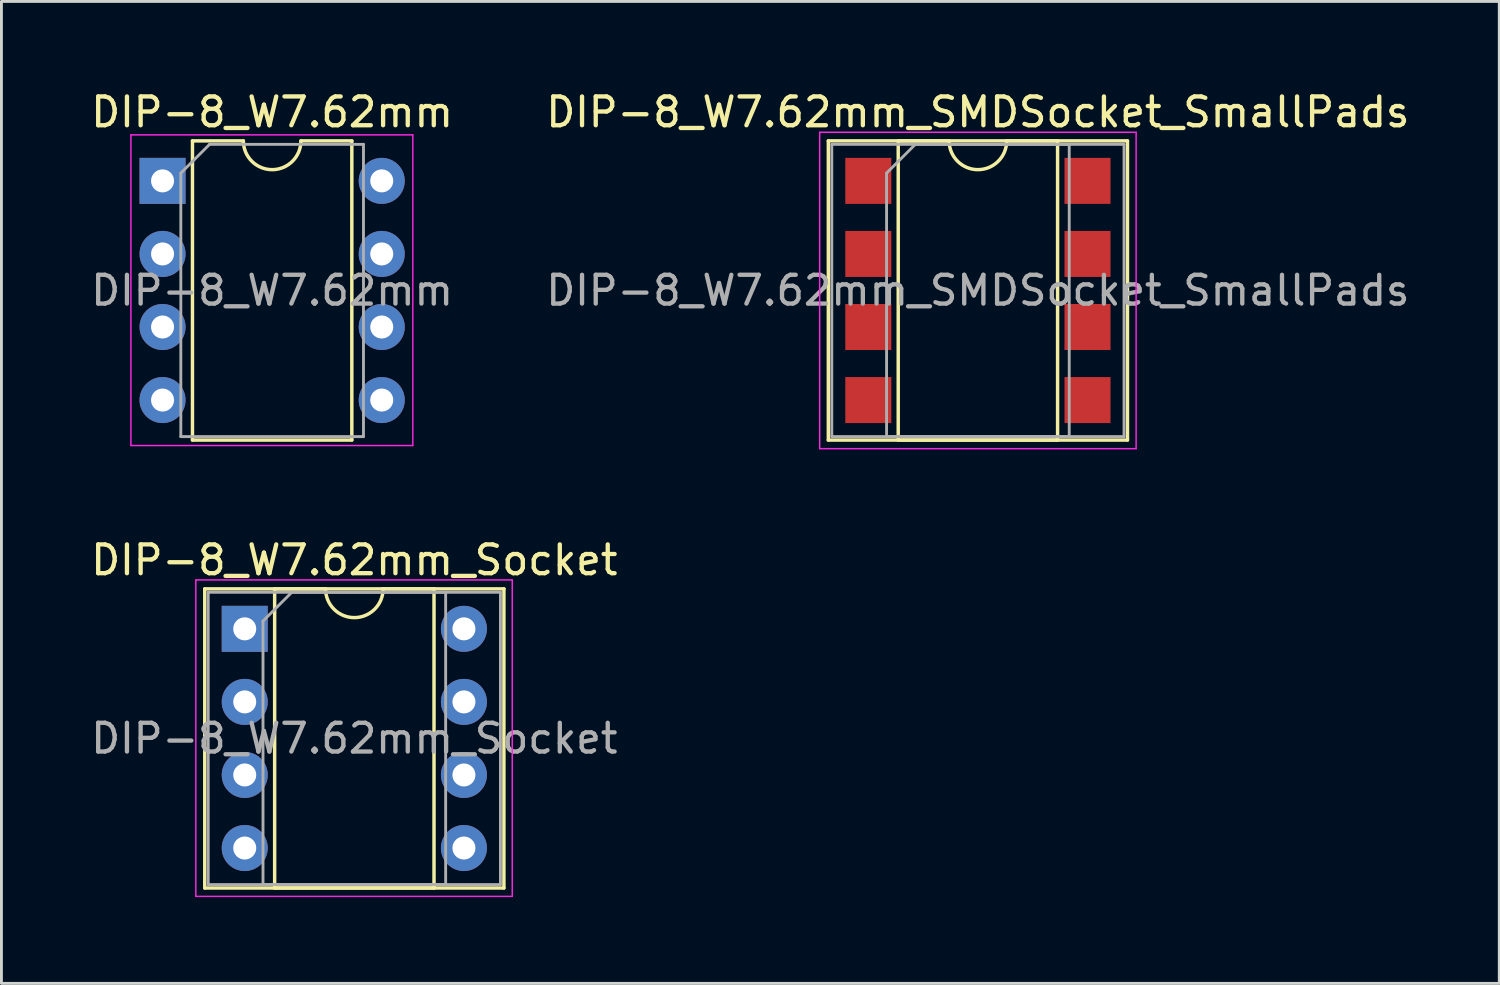
<source format=kicad_pcb>
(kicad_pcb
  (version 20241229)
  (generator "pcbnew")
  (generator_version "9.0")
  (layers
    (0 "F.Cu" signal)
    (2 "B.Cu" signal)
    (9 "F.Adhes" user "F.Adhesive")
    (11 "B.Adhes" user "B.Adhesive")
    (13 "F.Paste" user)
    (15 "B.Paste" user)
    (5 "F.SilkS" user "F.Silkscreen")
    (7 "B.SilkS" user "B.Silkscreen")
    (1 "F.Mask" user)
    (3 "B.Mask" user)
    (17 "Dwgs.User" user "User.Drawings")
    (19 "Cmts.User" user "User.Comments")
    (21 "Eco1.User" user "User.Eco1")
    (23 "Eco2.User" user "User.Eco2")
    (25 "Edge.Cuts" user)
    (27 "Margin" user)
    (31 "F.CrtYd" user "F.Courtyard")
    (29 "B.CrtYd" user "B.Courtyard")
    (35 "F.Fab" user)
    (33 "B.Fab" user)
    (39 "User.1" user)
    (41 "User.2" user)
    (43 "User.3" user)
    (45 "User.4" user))
  (footprint "DIP-8_W7.62mm"
    (layer "F.Cu")
    (at 2.601 3.238)
    (property "Reference" "DIP-8_W7.62mm" (at 3.81 -2.39 0) (layer "F.SilkS") (effects (font (size 1 1) (thickness 0.15))))
    (attr through_hole)
    (fp_line (start 1.04 -1.39) (end 1.04 9.01) (stroke (width 0.12) (type solid)) (layer "F.SilkS"))
    (fp_line (start 1.04 9.01) (end 6.58 9.01) (stroke (width 0.12) (type solid)) (layer "F.SilkS"))
    (fp_line (start 2.81 -1.39) (end 1.04 -1.39) (stroke (width 0.12) (type solid)) (layer "F.SilkS"))
    (fp_line (start 6.58 -1.39) (end 4.81 -1.39) (stroke (width 0.12) (type solid)) (layer "F.SilkS"))
    (fp_line (start 6.58 9.01) (end 6.58 -1.39) (stroke (width 0.12) (type solid)) (layer "F.SilkS"))
    (fp_arc (start 4.81 -1.39) (mid 3.81 -0.39) (end 2.81 -1.39) (stroke (width 0.12) (type solid)) (layer "F.SilkS"))
    (fp_line (start -1.1 -1.6) (end -1.1 9.2) (stroke (width 0.05) (type solid)) (layer "F.CrtYd"))
    (fp_line (start -1.1 9.2) (end 8.7 9.2) (stroke (width 0.05) (type solid)) (layer "F.CrtYd"))
    (fp_line (start 8.7 -1.6) (end -1.1 -1.6) (stroke (width 0.05) (type solid)) (layer "F.CrtYd"))
    (fp_line (start 8.7 9.2) (end 8.7 -1.6) (stroke (width 0.05) (type solid)) (layer "F.CrtYd"))
    (fp_line (start 0.635 -0.27) (end 1.635 -1.27) (stroke (width 0.1) (type solid)) (layer "F.Fab"))
    (fp_line (start 0.635 8.89) (end 0.635 -0.27) (stroke (width 0.1) (type solid)) (layer "F.Fab"))
    (fp_line (start 1.635 -1.27) (end 6.985 -1.27) (stroke (width 0.1) (type solid)) (layer "F.Fab"))
    (fp_line (start 6.985 -1.27) (end 6.985 8.89) (stroke (width 0.1) (type solid)) (layer "F.Fab"))
    (fp_line (start 6.985 8.89) (end 0.635 8.89) (stroke (width 0.1) (type solid)) (layer "F.Fab"))
    (fp_text user "${REFERENCE}" (at 3.81 3.81 0) (layer "F.Fab") (effects (font (size 1 1) (thickness 0.15))))
    (pad "1" thru_hole rect (at 0 0) (size 1.6 1.6) (drill 0.8) (layers "*.Cu" "*.Mask"))
    (pad "2" thru_hole oval (at 0 2.54) (size 1.6 1.6) (drill 0.8) (layers "*.Cu" "*.Mask"))
    (pad "3" thru_hole oval (at 0 5.08) (size 1.6 1.6) (drill 0.8) (layers "*.Cu" "*.Mask"))
    (pad "4" thru_hole oval (at 0 7.62) (size 1.6 1.6) (drill 0.8) (layers "*.Cu" "*.Mask"))
    (pad "5" thru_hole oval (at 7.62 7.62) (size 1.6 1.6) (drill 0.8) (layers "*.Cu" "*.Mask"))
    (pad "6" thru_hole oval (at 7.62 5.08) (size 1.6 1.6) (drill 0.8) (layers "*.Cu" "*.Mask"))
    (pad "7" thru_hole oval (at 7.62 2.54) (size 1.6 1.6) (drill 0.8) (layers "*.Cu" "*.Mask"))
    (pad "8" thru_hole oval (at 7.62 0) (size 1.6 1.6) (drill 0.8) (layers "*.Cu" "*.Mask")))
  (footprint "DIP-8_W7.62mm_Socket"
    (layer "F.Cu")
    (at 5.458 18.811)
    (property "Reference" "DIP-8_W7.62mm_Socket" (at 3.81 -2.39 0) (layer "F.SilkS") (effects (font (size 1 1) (thickness 0.15))))
    (attr through_hole)
    (fp_line (start -1.39 -1.39) (end -1.39 9.01) (stroke (width 0.12) (type solid)) (layer "F.SilkS"))
    (fp_line (start -1.39 9.01) (end 9.01 9.01) (stroke (width 0.12) (type solid)) (layer "F.SilkS"))
    (fp_line (start 1.04 -1.39) (end 1.04 9.01) (stroke (width 0.12) (type solid)) (layer "F.SilkS"))
    (fp_line (start 1.04 9.01) (end 6.58 9.01) (stroke (width 0.12) (type solid)) (layer "F.SilkS"))
    (fp_line (start 2.81 -1.39) (end 1.04 -1.39) (stroke (width 0.12) (type solid)) (layer "F.SilkS"))
    (fp_line (start 6.58 -1.39) (end 4.81 -1.39) (stroke (width 0.12) (type solid)) (layer "F.SilkS"))
    (fp_line (start 6.58 9.01) (end 6.58 -1.39) (stroke (width 0.12) (type solid)) (layer "F.SilkS"))
    (fp_line (start 9.01 -1.39) (end -1.39 -1.39) (stroke (width 0.12) (type solid)) (layer "F.SilkS"))
    (fp_line (start 9.01 9.01) (end 9.01 -1.39) (stroke (width 0.12) (type solid)) (layer "F.SilkS"))
    (fp_arc (start 4.81 -1.39) (mid 3.81 -0.39) (end 2.81 -1.39) (stroke (width 0.12) (type solid)) (layer "F.SilkS"))
    (fp_line (start -1.7 -1.7) (end -1.7 9.3) (stroke (width 0.05) (type solid)) (layer "F.CrtYd"))
    (fp_line (start -1.7 9.3) (end 9.3 9.3) (stroke (width 0.05) (type solid)) (layer "F.CrtYd"))
    (fp_line (start 9.3 -1.7) (end -1.7 -1.7) (stroke (width 0.05) (type solid)) (layer "F.CrtYd"))
    (fp_line (start 9.3 9.3) (end 9.3 -1.7) (stroke (width 0.05) (type solid)) (layer "F.CrtYd"))
    (fp_line (start -1.27 -1.27) (end -1.27 8.89) (stroke (width 0.1) (type solid)) (layer "F.Fab"))
    (fp_line (start -1.27 8.89) (end 8.89 8.89) (stroke (width 0.1) (type solid)) (layer "F.Fab"))
    (fp_line (start 0.635 -0.27) (end 1.635 -1.27) (stroke (width 0.1) (type solid)) (layer "F.Fab"))
    (fp_line (start 0.635 8.89) (end 0.635 -0.27) (stroke (width 0.1) (type solid)) (layer "F.Fab"))
    (fp_line (start 1.635 -1.27) (end 6.985 -1.27) (stroke (width 0.1) (type solid)) (layer "F.Fab"))
    (fp_line (start 6.985 -1.27) (end 6.985 8.89) (stroke (width 0.1) (type solid)) (layer "F.Fab"))
    (fp_line (start 6.985 8.89) (end 0.635 8.89) (stroke (width 0.1) (type solid)) (layer "F.Fab"))
    (fp_line (start 8.89 -1.27) (end -1.27 -1.27) (stroke (width 0.1) (type solid)) (layer "F.Fab"))
    (fp_line (start 8.89 8.89) (end 8.89 -1.27) (stroke (width 0.1) (type solid)) (layer "F.Fab"))
    (fp_text user "${REFERENCE}" (at 3.81 3.81 0) (layer "F.Fab") (effects (font (size 1 1) (thickness 0.15))))
    (pad "1" thru_hole rect (at 0 0) (size 1.6 1.6) (drill 0.8) (layers "*.Cu" "*.Mask"))
    (pad "2" thru_hole oval (at 0 2.54) (size 1.6 1.6) (drill 0.8) (layers "*.Cu" "*.Mask"))
    (pad "3" thru_hole oval (at 0 5.08) (size 1.6 1.6) (drill 0.8) (layers "*.Cu" "*.Mask"))
    (pad "4" thru_hole oval (at 0 7.62) (size 1.6 1.6) (drill 0.8) (layers "*.Cu" "*.Mask"))
    (pad "5" thru_hole oval (at 7.62 7.62) (size 1.6 1.6) (drill 0.8) (layers "*.Cu" "*.Mask"))
    (pad "6" thru_hole oval (at 7.62 5.08) (size 1.6 1.6) (drill 0.8) (layers "*.Cu" "*.Mask"))
    (pad "7" thru_hole oval (at 7.62 2.54) (size 1.6 1.6) (drill 0.8) (layers "*.Cu" "*.Mask"))
    (pad "8" thru_hole oval (at 7.62 0) (size 1.6 1.6) (drill 0.8) (layers "*.Cu" "*.Mask")))
  (footprint "DIP-8_W7.62mm_SMDSocket_SmallPads"
    (layer "F.Cu")
    (at 30.946 7.048)
    (property "Reference" "DIP-8_W7.62mm_SMDSocket_SmallPads" (at 0 -6.2 0) (layer "F.SilkS") (effects (font (size 1 1) (thickness 0.15))))
    (attr smd)
    (fp_line (start -5.2 -5.2) (end -5.2 5.2) (stroke (width 0.12) (type solid)) (layer "F.SilkS"))
    (fp_line (start -5.2 5.2) (end 5.2 5.2) (stroke (width 0.12) (type solid)) (layer "F.SilkS"))
    (fp_line (start -2.77 -5.2) (end -2.77 5.2) (stroke (width 0.12) (type solid)) (layer "F.SilkS"))
    (fp_line (start -2.77 5.2) (end 2.77 5.2) (stroke (width 0.12) (type solid)) (layer "F.SilkS"))
    (fp_line (start -1 -5.2) (end -2.77 -5.2) (stroke (width 0.12) (type solid)) (layer "F.SilkS"))
    (fp_line (start 2.77 -5.2) (end 1 -5.2) (stroke (width 0.12) (type solid)) (layer "F.SilkS"))
    (fp_line (start 2.77 5.2) (end 2.77 -5.2) (stroke (width 0.12) (type solid)) (layer "F.SilkS"))
    (fp_line (start 5.2 -5.2) (end -5.2 -5.2) (stroke (width 0.12) (type solid)) (layer "F.SilkS"))
    (fp_line (start 5.2 5.2) (end 5.2 -5.2) (stroke (width 0.12) (type solid)) (layer "F.SilkS"))
    (fp_arc (start 1 -5.2) (mid 0 -4.2) (end -1 -5.2) (stroke (width 0.12) (type solid)) (layer "F.SilkS"))
    (fp_line (start -5.5 -5.5) (end -5.5 5.5) (stroke (width 0.05) (type solid)) (layer "F.CrtYd"))
    (fp_line (start -5.5 5.5) (end 5.5 5.5) (stroke (width 0.05) (type solid)) (layer "F.CrtYd"))
    (fp_line (start 5.5 -5.5) (end -5.5 -5.5) (stroke (width 0.05) (type solid)) (layer "F.CrtYd"))
    (fp_line (start 5.5 5.5) (end 5.5 -5.5) (stroke (width 0.05) (type solid)) (layer "F.CrtYd"))
    (fp_line (start -5.08 -5.08) (end -5.08 5.08) (stroke (width 0.1) (type solid)) (layer "F.Fab"))
    (fp_line (start -5.08 5.08) (end 5.08 5.08) (stroke (width 0.1) (type solid)) (layer "F.Fab"))
    (fp_line (start -3.175 -4.08) (end -2.175 -5.08) (stroke (width 0.1) (type solid)) (layer "F.Fab"))
    (fp_line (start -3.175 5.08) (end -3.175 -4.08) (stroke (width 0.1) (type solid)) (layer "F.Fab"))
    (fp_line (start -2.175 -5.08) (end 3.175 -5.08) (stroke (width 0.1) (type solid)) (layer "F.Fab"))
    (fp_line (start 3.175 -5.08) (end 3.175 5.08) (stroke (width 0.1) (type solid)) (layer "F.Fab"))
    (fp_line (start 3.175 5.08) (end -3.175 5.08) (stroke (width 0.1) (type solid)) (layer "F.Fab"))
    (fp_line (start 5.08 -5.08) (end -5.08 -5.08) (stroke (width 0.1) (type solid)) (layer "F.Fab"))
    (fp_line (start 5.08 5.08) (end 5.08 -5.08) (stroke (width 0.1) (type solid)) (layer "F.Fab"))
    (fp_text user "${REFERENCE}" (at 0 0 0) (layer "F.Fab") (effects (font (size 1 1) (thickness 0.15))))
    (pad "1" smd rect (at -3.81 -3.81) (size 1.6 1.6) (layers "F.Cu" "F.Mask" "F.Paste"))
    (pad "2" smd rect (at -3.81 -1.27) (size 1.6 1.6) (layers "F.Cu" "F.Mask" "F.Paste"))
    (pad "3" smd rect (at -3.81 1.27) (size 1.6 1.6) (layers "F.Cu" "F.Mask" "F.Paste"))
    (pad "4" smd rect (at -3.81 3.81) (size 1.6 1.6) (layers "F.Cu" "F.Mask" "F.Paste"))
    (pad "5" smd rect (at 3.81 3.81) (size 1.6 1.6) (layers "F.Cu" "F.Mask" "F.Paste"))
    (pad "6" smd rect (at 3.81 1.27) (size 1.6 1.6) (layers "F.Cu" "F.Mask" "F.Paste"))
    (pad "7" smd rect (at 3.81 -1.27) (size 1.6 1.6) (layers "F.Cu" "F.Mask" "F.Paste"))
    (pad "8" smd rect (at 3.81 -3.81) (size 1.6 1.6) (layers "F.Cu" "F.Mask" "F.Paste")))
  (gr_rect
    (start -3 -3)
    (end 49.071 31.137)
    (stroke (width 0.1) (type default))
    (fill no)
    (layer "Edge.Cuts")))
</source>
